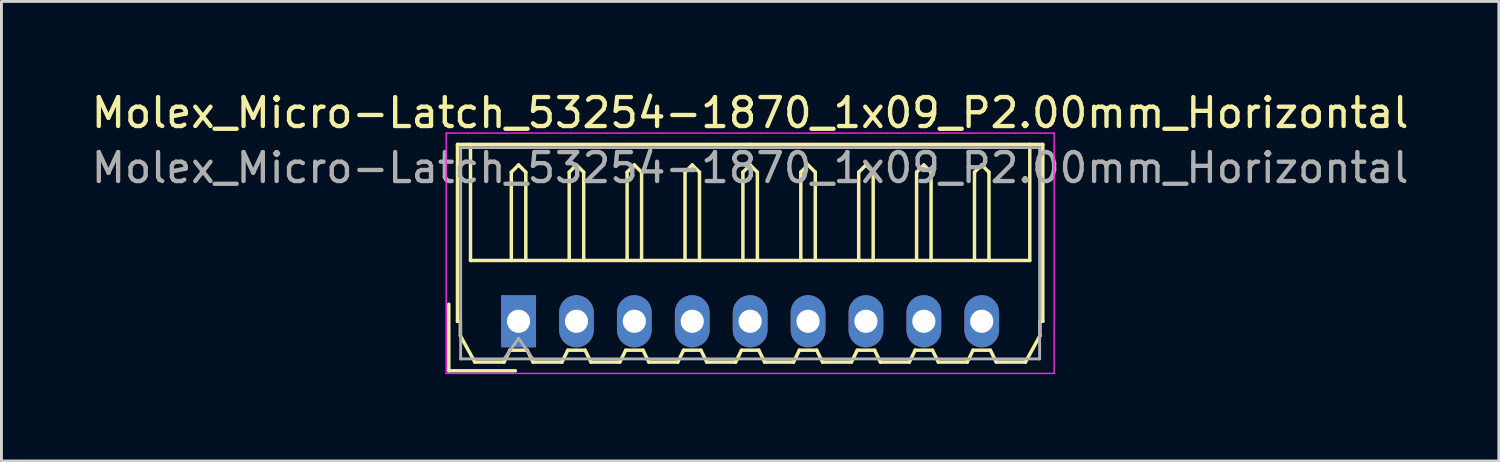
<source format=kicad_pcb>
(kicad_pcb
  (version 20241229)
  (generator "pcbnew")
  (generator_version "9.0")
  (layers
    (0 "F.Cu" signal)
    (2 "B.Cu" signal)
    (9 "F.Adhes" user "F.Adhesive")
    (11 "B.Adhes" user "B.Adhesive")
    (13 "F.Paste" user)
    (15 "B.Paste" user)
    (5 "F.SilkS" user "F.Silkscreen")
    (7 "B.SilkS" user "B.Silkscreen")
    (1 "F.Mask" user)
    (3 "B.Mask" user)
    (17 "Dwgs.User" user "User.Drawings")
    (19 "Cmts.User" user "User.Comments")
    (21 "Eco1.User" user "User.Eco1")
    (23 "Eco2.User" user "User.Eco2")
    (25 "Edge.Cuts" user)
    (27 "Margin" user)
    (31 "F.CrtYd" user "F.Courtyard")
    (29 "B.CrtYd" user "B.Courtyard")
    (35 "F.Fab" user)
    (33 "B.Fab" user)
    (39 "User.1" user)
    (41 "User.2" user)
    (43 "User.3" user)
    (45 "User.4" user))
  (footprint "Molex_Micro-Latch_53254-1870_1x09_P2.00mm_Horizontal"
    (layer "F.Cu")
    (at 14.863 8.048)
    (property "Reference" "Molex_Micro-Latch_53254-1870_1x09_P2.00mm_Horizontal" (at 8 -7.2 0) (layer "F.SilkS") (effects (font (size 1 1) (thickness 0.15))))
    (attr through_hole)
    (fp_line (start -2.41 1.71) (end -2.41 -0.59) (stroke (width 0.12) (type solid)) (layer "F.SilkS"))
    (fp_line (start -2.11 -6.11) (end 8 -6.11) (stroke (width 0.12) (type solid)) (layer "F.SilkS"))
    (fp_line (start -2.11 0) (end -2.11 -6.11) (stroke (width 0.12) (type solid)) (layer "F.SilkS"))
    (fp_line (start -2.01 0) (end -2.11 0) (stroke (width 0.12) (type solid)) (layer "F.SilkS"))
    (fp_line (start -2.01 0.5) (end -2.01 0) (stroke (width 0.12) (type solid)) (layer "F.SilkS"))
    (fp_line (start -1.66 -6.11) (end -1.66 -2.1) (stroke (width 0.12) (type solid)) (layer "F.SilkS"))
    (fp_line (start -1.66 -2.1) (end 17.66 -2.1) (stroke (width 0.12) (type solid)) (layer "F.SilkS"))
    (fp_line (start -1.51 1.41) (end -2.01 0.5) (stroke (width 0.12) (type solid)) (layer "F.SilkS"))
    (fp_line (start -0.5 1.41) (end -1.51 1.41) (stroke (width 0.12) (type solid)) (layer "F.SilkS"))
    (fp_line (start -0.3 1) (end -0.5 1.41) (stroke (width 0.12) (type solid)) (layer "F.SilkS"))
    (fp_line (start -0.3 1) (end 0.3 1) (stroke (width 0.12) (type solid)) (layer "F.SilkS"))
    (fp_line (start -0.25 -5.15) (end 0 -5.4) (stroke (width 0.12) (type solid)) (layer "F.SilkS"))
    (fp_line (start -0.25 -2.1) (end -0.25 -5.15) (stroke (width 0.12) (type solid)) (layer "F.SilkS"))
    (fp_line (start -0.11 1.71) (end -2.41 1.71) (stroke (width 0.12) (type solid)) (layer "F.SilkS"))
    (fp_line (start 0 -5.4) (end 0.25 -5.15) (stroke (width 0.12) (type solid)) (layer "F.SilkS"))
    (fp_line (start 0.25 -5.15) (end 0.25 -2.1) (stroke (width 0.12) (type solid)) (layer "F.SilkS"))
    (fp_line (start 0.3 1) (end 0.5 1.41) (stroke (width 0.12) (type solid)) (layer "F.SilkS"))
    (fp_line (start 0.5 1.41) (end 1.5 1.41) (stroke (width 0.12) (type solid)) (layer "F.SilkS"))
    (fp_line (start 1.5 1.41) (end 1.7 1) (stroke (width 0.12) (type solid)) (layer "F.SilkS"))
    (fp_line (start 1.7 1) (end 2.3 1) (stroke (width 0.12) (type solid)) (layer "F.SilkS"))
    (fp_line (start 1.75 -5.15) (end 2 -5.4) (stroke (width 0.12) (type solid)) (layer "F.SilkS"))
    (fp_line (start 1.75 -2.1) (end 1.75 -5.15) (stroke (width 0.12) (type solid)) (layer "F.SilkS"))
    (fp_line (start 2 -5.4) (end 2.25 -5.15) (stroke (width 0.12) (type solid)) (layer "F.SilkS"))
    (fp_line (start 2.25 -5.15) (end 2.25 -2.1) (stroke (width 0.12) (type solid)) (layer "F.SilkS"))
    (fp_line (start 2.3 1) (end 2.5 1.41) (stroke (width 0.12) (type solid)) (layer "F.SilkS"))
    (fp_line (start 2.5 1.41) (end 3.5 1.41) (stroke (width 0.12) (type solid)) (layer "F.SilkS"))
    (fp_line (start 3.5 1.41) (end 3.7 1) (stroke (width 0.12) (type solid)) (layer "F.SilkS"))
    (fp_line (start 3.7 1) (end 4.3 1) (stroke (width 0.12) (type solid)) (layer "F.SilkS"))
    (fp_line (start 3.75 -5.15) (end 4 -5.4) (stroke (width 0.12) (type solid)) (layer "F.SilkS"))
    (fp_line (start 3.75 -2.1) (end 3.75 -5.15) (stroke (width 0.12) (type solid)) (layer "F.SilkS"))
    (fp_line (start 4 -5.4) (end 4.25 -5.15) (stroke (width 0.12) (type solid)) (layer "F.SilkS"))
    (fp_line (start 4.25 -5.15) (end 4.25 -2.1) (stroke (width 0.12) (type solid)) (layer "F.SilkS"))
    (fp_line (start 4.3 1) (end 4.5 1.41) (stroke (width 0.12) (type solid)) (layer "F.SilkS"))
    (fp_line (start 4.5 1.41) (end 5.5 1.41) (stroke (width 0.12) (type solid)) (layer "F.SilkS"))
    (fp_line (start 5.5 1.41) (end 5.7 1) (stroke (width 0.12) (type solid)) (layer "F.SilkS"))
    (fp_line (start 5.7 1) (end 6.3 1) (stroke (width 0.12) (type solid)) (layer "F.SilkS"))
    (fp_line (start 5.75 -5.15) (end 6 -5.4) (stroke (width 0.12) (type solid)) (layer "F.SilkS"))
    (fp_line (start 5.75 -2.1) (end 5.75 -5.15) (stroke (width 0.12) (type solid)) (layer "F.SilkS"))
    (fp_line (start 6 -5.4) (end 6.25 -5.15) (stroke (width 0.12) (type solid)) (layer "F.SilkS"))
    (fp_line (start 6.25 -5.15) (end 6.25 -2.1) (stroke (width 0.12) (type solid)) (layer "F.SilkS"))
    (fp_line (start 6.3 1) (end 6.5 1.41) (stroke (width 0.12) (type solid)) (layer "F.SilkS"))
    (fp_line (start 6.5 1.41) (end 7.5 1.41) (stroke (width 0.12) (type solid)) (layer "F.SilkS"))
    (fp_line (start 7.5 1.41) (end 7.7 1) (stroke (width 0.12) (type solid)) (layer "F.SilkS"))
    (fp_line (start 7.7 1) (end 8.3 1) (stroke (width 0.12) (type solid)) (layer "F.SilkS"))
    (fp_line (start 7.75 -5.15) (end 8 -5.4) (stroke (width 0.12) (type solid)) (layer "F.SilkS"))
    (fp_line (start 7.75 -2.1) (end 7.75 -5.15) (stroke (width 0.12) (type solid)) (layer "F.SilkS"))
    (fp_line (start 8 -5.4) (end 8.25 -5.15) (stroke (width 0.12) (type solid)) (layer "F.SilkS"))
    (fp_line (start 8.25 -5.15) (end 8.25 -2.1) (stroke (width 0.12) (type solid)) (layer "F.SilkS"))
    (fp_line (start 8.3 1) (end 8.5 1.41) (stroke (width 0.12) (type solid)) (layer "F.SilkS"))
    (fp_line (start 8.5 1.41) (end 9.5 1.41) (stroke (width 0.12) (type solid)) (layer "F.SilkS"))
    (fp_line (start 9.5 1.41) (end 9.7 1) (stroke (width 0.12) (type solid)) (layer "F.SilkS"))
    (fp_line (start 9.7 1) (end 10.3 1) (stroke (width 0.12) (type solid)) (layer "F.SilkS"))
    (fp_line (start 9.75 -5.15) (end 10 -5.4) (stroke (width 0.12) (type solid)) (layer "F.SilkS"))
    (fp_line (start 9.75 -2.1) (end 9.75 -5.15) (stroke (width 0.12) (type solid)) (layer "F.SilkS"))
    (fp_line (start 10 -5.4) (end 10.25 -5.15) (stroke (width 0.12) (type solid)) (layer "F.SilkS"))
    (fp_line (start 10.25 -5.15) (end 10.25 -2.1) (stroke (width 0.12) (type solid)) (layer "F.SilkS"))
    (fp_line (start 10.3 1) (end 10.5 1.41) (stroke (width 0.12) (type solid)) (layer "F.SilkS"))
    (fp_line (start 10.5 1.41) (end 11.5 1.41) (stroke (width 0.12) (type solid)) (layer "F.SilkS"))
    (fp_line (start 11.5 1.41) (end 11.7 1) (stroke (width 0.12) (type solid)) (layer "F.SilkS"))
    (fp_line (start 11.7 1) (end 12.3 1) (stroke (width 0.12) (type solid)) (layer "F.SilkS"))
    (fp_line (start 11.75 -5.15) (end 12 -5.4) (stroke (width 0.12) (type solid)) (layer "F.SilkS"))
    (fp_line (start 11.75 -2.1) (end 11.75 -5.15) (stroke (width 0.12) (type solid)) (layer "F.SilkS"))
    (fp_line (start 12 -5.4) (end 12.25 -5.15) (stroke (width 0.12) (type solid)) (layer "F.SilkS"))
    (fp_line (start 12.25 -5.15) (end 12.25 -2.1) (stroke (width 0.12) (type solid)) (layer "F.SilkS"))
    (fp_line (start 12.3 1) (end 12.5 1.41) (stroke (width 0.12) (type solid)) (layer "F.SilkS"))
    (fp_line (start 12.5 1.41) (end 13.5 1.41) (stroke (width 0.12) (type solid)) (layer "F.SilkS"))
    (fp_line (start 13.5 1.41) (end 13.7 1) (stroke (width 0.12) (type solid)) (layer "F.SilkS"))
    (fp_line (start 13.7 1) (end 14.3 1) (stroke (width 0.12) (type solid)) (layer "F.SilkS"))
    (fp_line (start 13.75 -5.15) (end 14 -5.4) (stroke (width 0.12) (type solid)) (layer "F.SilkS"))
    (fp_line (start 13.75 -2.1) (end 13.75 -5.15) (stroke (width 0.12) (type solid)) (layer "F.SilkS"))
    (fp_line (start 14 -5.4) (end 14.25 -5.15) (stroke (width 0.12) (type solid)) (layer "F.SilkS"))
    (fp_line (start 14.25 -5.15) (end 14.25 -2.1) (stroke (width 0.12) (type solid)) (layer "F.SilkS"))
    (fp_line (start 14.3 1) (end 14.5 1.41) (stroke (width 0.12) (type solid)) (layer "F.SilkS"))
    (fp_line (start 14.5 1.41) (end 15.5 1.41) (stroke (width 0.12) (type solid)) (layer "F.SilkS"))
    (fp_line (start 15.5 1.41) (end 15.7 1) (stroke (width 0.12) (type solid)) (layer "F.SilkS"))
    (fp_line (start 15.7 1) (end 16.3 1) (stroke (width 0.12) (type solid)) (layer "F.SilkS"))
    (fp_line (start 15.75 -5.15) (end 16 -5.4) (stroke (width 0.12) (type solid)) (layer "F.SilkS"))
    (fp_line (start 15.75 -2.1) (end 15.75 -5.15) (stroke (width 0.12) (type solid)) (layer "F.SilkS"))
    (fp_line (start 16 -5.4) (end 16.25 -5.15) (stroke (width 0.12) (type solid)) (layer "F.SilkS"))
    (fp_line (start 16.25 -5.15) (end 16.25 -2.1) (stroke (width 0.12) (type solid)) (layer "F.SilkS"))
    (fp_line (start 16.3 1) (end 16.5 1.41) (stroke (width 0.12) (type solid)) (layer "F.SilkS"))
    (fp_line (start 16.5 1.41) (end 17.51 1.41) (stroke (width 0.12) (type solid)) (layer "F.SilkS"))
    (fp_line (start 17.51 1.41) (end 18.01 0.5) (stroke (width 0.12) (type solid)) (layer "F.SilkS"))
    (fp_line (start 17.66 -2.1) (end 17.66 -6.11) (stroke (width 0.12) (type solid)) (layer "F.SilkS"))
    (fp_line (start 18.01 0) (end 18.11 0) (stroke (width 0.12) (type solid)) (layer "F.SilkS"))
    (fp_line (start 18.01 0.5) (end 18.01 0) (stroke (width 0.12) (type solid)) (layer "F.SilkS"))
    (fp_line (start 18.11 -6.11) (end 8 -6.11) (stroke (width 0.12) (type solid)) (layer "F.SilkS"))
    (fp_line (start 18.11 0) (end 18.11 -6.11) (stroke (width 0.12) (type solid)) (layer "F.SilkS"))
    (fp_line (start -2.5 -6.5) (end -2.5 1.8) (stroke (width 0.05) (type solid)) (layer "F.CrtYd"))
    (fp_line (start -2.5 1.8) (end 18.5 1.8) (stroke (width 0.05) (type solid)) (layer "F.CrtYd"))
    (fp_line (start 18.5 -6.5) (end -2.5 -6.5) (stroke (width 0.05) (type solid)) (layer "F.CrtYd"))
    (fp_line (start 18.5 1.8) (end 18.5 -6.5) (stroke (width 0.05) (type solid)) (layer "F.CrtYd"))
    (fp_line (start -2 -6) (end -2 1.3) (stroke (width 0.1) (type solid)) (layer "F.Fab"))
    (fp_line (start -2 1.3) (end 18 1.3) (stroke (width 0.1) (type solid)) (layer "F.Fab"))
    (fp_line (start -0.5 1.3) (end 0 0.593) (stroke (width 0.1) (type solid)) (layer "F.Fab"))
    (fp_line (start 0 0.593) (end 0.5 1.3) (stroke (width 0.1) (type solid)) (layer "F.Fab"))
    (fp_line (start 18 -6) (end -2 -6) (stroke (width 0.1) (type solid)) (layer "F.Fab"))
    (fp_line (start 18 1.3) (end 18 -6) (stroke (width 0.1) (type solid)) (layer "F.Fab"))
    (fp_text user "${REFERENCE}" (at 8 -5.3 0) (layer "F.Fab") (effects (font (size 1 1) (thickness 0.15))))
    (pad "1" thru_hole rect (at 0 0) (size 1.2 1.8) (drill 0.8) (layers "*.Cu" "*.Mask"))
    (pad "2" thru_hole oval (at 2 0) (size 1.2 1.8) (drill 0.8) (layers "*.Cu" "*.Mask"))
    (pad "3" thru_hole oval (at 4 0) (size 1.2 1.8) (drill 0.8) (layers "*.Cu" "*.Mask"))
    (pad "4" thru_hole oval (at 6 0) (size 1.2 1.8) (drill 0.8) (layers "*.Cu" "*.Mask"))
    (pad "5" thru_hole oval (at 8 0) (size 1.2 1.8) (drill 0.8) (layers "*.Cu" "*.Mask"))
    (pad "6" thru_hole oval (at 10 0) (size 1.2 1.8) (drill 0.8) (layers "*.Cu" "*.Mask"))
    (pad "7" thru_hole oval (at 12 0) (size 1.2 1.8) (drill 0.8) (layers "*.Cu" "*.Mask"))
    (pad "8" thru_hole oval (at 14 0) (size 1.2 1.8) (drill 0.8) (layers "*.Cu" "*.Mask"))
    (pad "9" thru_hole oval (at 16 0) (size 1.2 1.8) (drill 0.8) (layers "*.Cu" "*.Mask")))
  (gr_rect
    (start -3 -3)
    (end 48.726 12.873)
    (stroke (width 0.1) (type default))
    (fill no)
    (layer "Edge.Cuts")))
</source>
